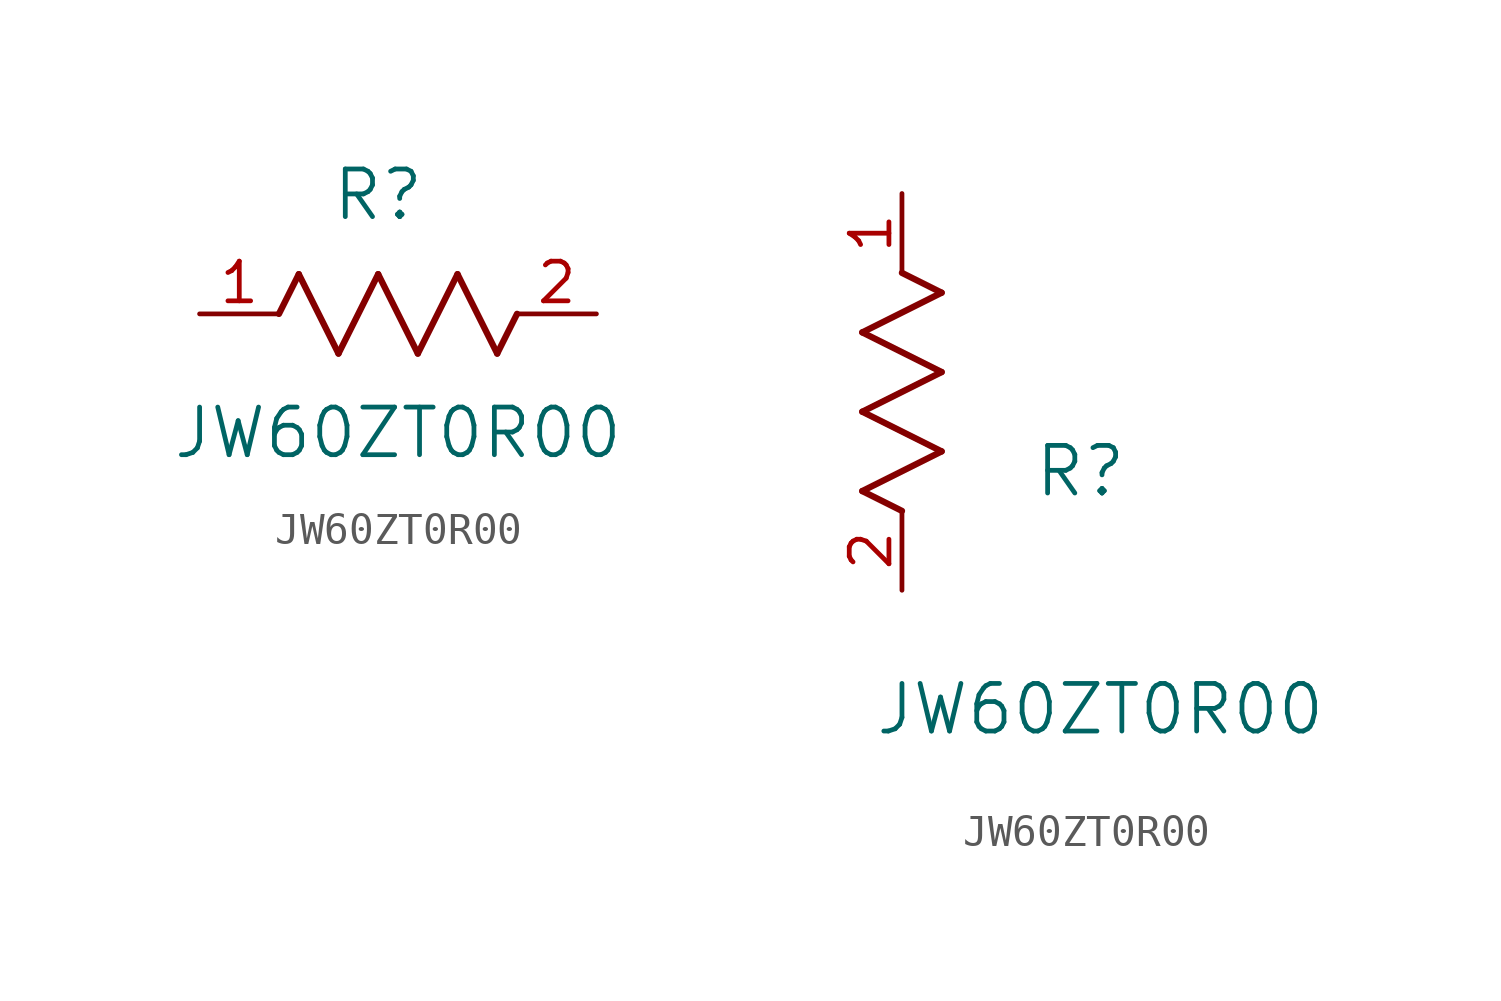
<source format=kicad_sym>
(kicad_symbol_lib
  (version 20211014)
  (generator kicad_symbol_editor)
  (symbol "JW60ZT0R00"
    (pin_names
      (offset 0.254))
    (property "Reference" "R"
      (at 5.715 3.81 0)
      (effects (font (size 1.524 1.524))))
    (property "Value" "JW60ZT0R00"
      (at 6.35 -3.81 0)
      (effects (font (size 1.524 1.524))))
    (symbol "JW60ZT0R00_1_1"
      (polyline (pts (xy 3.175 1.27) (xy 4.445 -1.27)) (stroke (width 0.203) (type default) (color 0 0 0 0)) (fill (type none)))
      (polyline (pts (xy 4.445 -1.27) (xy 5.715 1.27)) (stroke (width 0.203) (type default) (color 0 0 0 0)) (fill (type none)))
      (polyline (pts (xy 5.715 1.27) (xy 6.985 -1.27)) (stroke (width 0.203) (type default) (color 0 0 0 0)) (fill (type none)))
      (polyline (pts (xy 6.985 -1.27) (xy 8.255 1.27)) (stroke (width 0.203) (type default) (color 0 0 0 0)) (fill (type none)))
      (polyline (pts (xy 8.255 1.27) (xy 9.525 -1.27)) (stroke (width 0.203) (type default) (color 0 0 0 0)) (fill (type none)))
      (polyline (pts (xy 2.54 0) (xy 3.175 1.27)) (stroke (width 0.203) (type default) (color 0 0 0 0)) (fill (type none)))
      (polyline (pts (xy 9.525 -1.27) (xy 10.16 0)) (stroke (width 0.203) (type default) (color 0 0 0 0)) (fill (type none)))
      (pin unspecified line (at 0 0 0) (length 2.54) (name "" (effects (font (size 1.27 1.27)))) (number "1" (effects (font (size 1.27 1.27)))))
      (pin unspecified line (at 12.7 0 180) (length 2.54) (name "" (effects (font (size 1.27 1.27)))) (number "2" (effects (font (size 1.27 1.27))))))
    (symbol "JW60ZT0R00_1_2"
      (polyline (pts (xy 0 2.54) (xy -1.27 3.175)) (stroke (width 0.203) (type default) (color 0 0 0 0)) (fill (type none)))
      (polyline (pts (xy -1.27 3.175) (xy 1.27 4.445)) (stroke (width 0.203) (type default) (color 0 0 0 0)) (fill (type none)))
      (polyline (pts (xy 1.27 4.445) (xy -1.27 5.715)) (stroke (width 0.203) (type default) (color 0 0 0 0)) (fill (type none)))
      (polyline (pts (xy -1.27 5.715) (xy 1.27 6.985)) (stroke (width 0.203) (type default) (color 0 0 0 0)) (fill (type none)))
      (polyline (pts (xy -1.27 8.255) (xy 1.27 9.525)) (stroke (width 0.203) (type default) (color 0 0 0 0)) (fill (type none)))
      (polyline (pts (xy 1.27 9.525) (xy 0 10.16)) (stroke (width 0.203) (type default) (color 0 0 0 0)) (fill (type none)))
      (polyline (pts (xy 1.27 6.985) (xy -1.27 8.255)) (stroke (width 0.203) (type default) (color 0 0 0 0)) (fill (type none)))
      (pin unspecified line (at 0 12.7 270) (length 2.54) (name "" (effects (font (size 1.27 1.27)))) (number "1" (effects (font (size 1.27 1.27)))))
      (pin unspecified line (at 0 0 90) (length 2.54) (name "" (effects (font (size 1.27 1.27)))) (number "2" (effects (font (size 1.27 1.27))))))))
</source>
